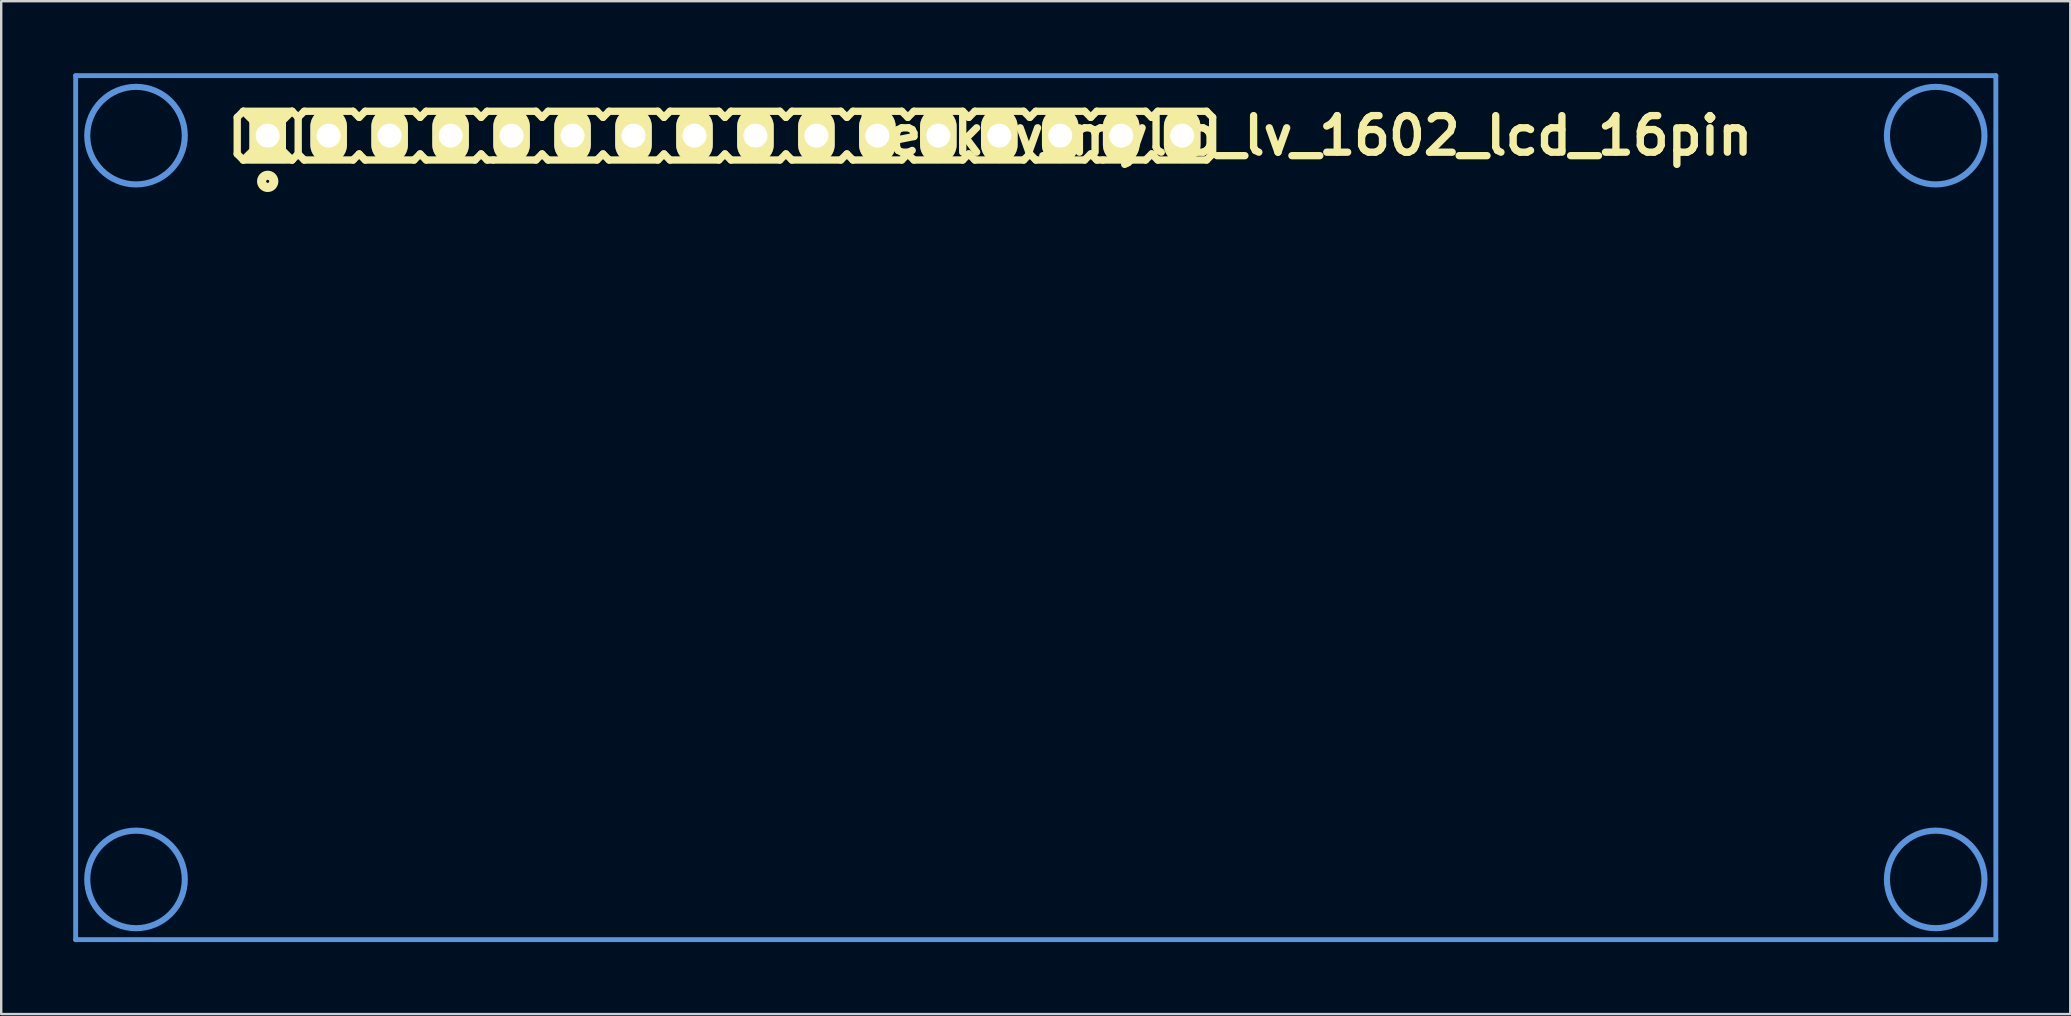
<source format=kicad_pcb>
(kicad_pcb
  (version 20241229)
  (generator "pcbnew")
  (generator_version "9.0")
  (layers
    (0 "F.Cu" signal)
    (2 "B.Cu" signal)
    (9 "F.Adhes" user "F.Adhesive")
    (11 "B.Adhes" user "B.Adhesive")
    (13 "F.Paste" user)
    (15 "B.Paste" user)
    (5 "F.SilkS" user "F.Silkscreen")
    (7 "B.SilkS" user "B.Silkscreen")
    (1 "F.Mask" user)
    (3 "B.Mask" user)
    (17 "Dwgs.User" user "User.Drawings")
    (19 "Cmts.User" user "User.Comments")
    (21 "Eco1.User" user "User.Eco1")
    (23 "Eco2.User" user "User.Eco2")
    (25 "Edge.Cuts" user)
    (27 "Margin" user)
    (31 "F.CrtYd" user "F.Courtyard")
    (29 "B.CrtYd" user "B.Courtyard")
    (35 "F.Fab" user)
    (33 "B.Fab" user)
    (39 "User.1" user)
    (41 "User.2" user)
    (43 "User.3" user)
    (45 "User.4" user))
  (footprint "benkev_mylib_lv_1602_lcd_16pin"
    (layer "F.Cu")
    (at 39.853 17.841)
    (property "Reference" "benkev_mylib_lv_1602_lcd_16pin" (at 11.43 -15.24 0) (layer "F.SilkS") (effects (font (size 1.524 1.524) (thickness 0.305))))
    (attr through_hole)
    (fp_line (start -33.02 -16.002) (end -33.02 -14.478) (stroke (width 0.305) (type solid)) (layer "F.SilkS"))
    (fp_line (start -33.02 -14.478) (end -32.766 -14.224) (stroke (width 0.305) (type solid)) (layer "F.SilkS"))
    (fp_line (start -32.766 -16.256) (end -33.02 -16.002) (stroke (width 0.305) (type solid)) (layer "F.SilkS"))
    (fp_line (start -32.766 -16.256) (end -30.734 -14.224) (stroke (width 0.305) (type solid)) (layer "F.SilkS"))
    (fp_line (start -32.766 -14.224) (end -30.734 -14.224) (stroke (width 0.305) (type solid)) (layer "F.SilkS"))
    (fp_line (start -30.734 -16.256) (end -32.766 -16.256) (stroke (width 0.305) (type solid)) (layer "F.SilkS"))
    (fp_line (start -30.734 -16.256) (end -32.766 -14.224) (stroke (width 0.305) (type solid)) (layer "F.SilkS"))
    (fp_line (start -30.734 -16.256) (end -30.48 -16.002) (stroke (width 0.305) (type solid)) (layer "F.SilkS"))
    (fp_line (start -30.734 -14.224) (end -30.48 -14.478) (stroke (width 0.305) (type solid)) (layer "F.SilkS"))
    (fp_line (start -30.48 -16.002) (end -30.48 -14.478) (stroke (width 0.305) (type solid)) (layer "F.SilkS"))
    (fp_line (start -30.48 -16.002) (end -30.226 -16.256) (stroke (width 0.305) (type solid)) (layer "F.SilkS"))
    (fp_line (start -30.48 -14.478) (end -30.226 -14.224) (stroke (width 0.305) (type solid)) (layer "F.SilkS"))
    (fp_line (start -30.226 -16.256) (end -28.194 -16.256) (stroke (width 0.305) (type solid)) (layer "F.SilkS"))
    (fp_line (start -30.226 -14.224) (end -28.194 -14.224) (stroke (width 0.305) (type solid)) (layer "F.SilkS"))
    (fp_line (start -28.194 -16.256) (end -27.94 -16.002) (stroke (width 0.305) (type solid)) (layer "F.SilkS"))
    (fp_line (start -28.194 -14.224) (end -27.94 -14.478) (stroke (width 0.305) (type solid)) (layer "F.SilkS"))
    (fp_line (start -27.94 -16.002) (end -27.686 -16.256) (stroke (width 0.305) (type solid)) (layer "F.SilkS"))
    (fp_line (start -27.94 -14.478) (end -27.686 -14.224) (stroke (width 0.305) (type solid)) (layer "F.SilkS"))
    (fp_line (start -27.686 -16.256) (end -25.654 -16.256) (stroke (width 0.305) (type solid)) (layer "F.SilkS"))
    (fp_line (start -27.686 -14.224) (end -25.654 -14.224) (stroke (width 0.305) (type solid)) (layer "F.SilkS"))
    (fp_line (start -25.654 -16.256) (end -25.4 -16.002) (stroke (width 0.305) (type solid)) (layer "F.SilkS"))
    (fp_line (start -25.4 -16.002) (end -25.146 -16.256) (stroke (width 0.305) (type solid)) (layer "F.SilkS"))
    (fp_line (start -25.4 -14.478) (end -25.654 -14.224) (stroke (width 0.305) (type solid)) (layer "F.SilkS"))
    (fp_line (start -25.146 -16.256) (end -23.114 -16.256) (stroke (width 0.305) (type solid)) (layer "F.SilkS"))
    (fp_line (start -25.146 -14.224) (end -25.4 -14.478) (stroke (width 0.305) (type solid)) (layer "F.SilkS"))
    (fp_line (start -23.114 -16.256) (end -22.86 -16.002) (stroke (width 0.305) (type solid)) (layer "F.SilkS"))
    (fp_line (start -23.114 -14.224) (end -25.146 -14.224) (stroke (width 0.305) (type solid)) (layer "F.SilkS"))
    (fp_line (start -22.86 -16.002) (end -22.606 -16.256) (stroke (width 0.305) (type solid)) (layer "F.SilkS"))
    (fp_line (start -22.86 -14.478) (end -23.114 -14.224) (stroke (width 0.305) (type solid)) (layer "F.SilkS"))
    (fp_line (start -22.606 -16.256) (end -20.574 -16.256) (stroke (width 0.305) (type solid)) (layer "F.SilkS"))
    (fp_line (start -22.606 -14.224) (end -22.86 -14.478) (stroke (width 0.305) (type solid)) (layer "F.SilkS"))
    (fp_line (start -22.352 -14.224) (end -22.606 -14.224) (stroke (width 0.305) (type solid)) (layer "F.SilkS"))
    (fp_line (start -20.574 -16.256) (end -20.32 -16.002) (stroke (width 0.305) (type solid)) (layer "F.SilkS"))
    (fp_line (start -20.574 -14.224) (end -22.352 -14.224) (stroke (width 0.305) (type solid)) (layer "F.SilkS"))
    (fp_line (start -20.32 -16.002) (end -20.066 -16.256) (stroke (width 0.305) (type solid)) (layer "F.SilkS"))
    (fp_line (start -20.32 -14.478) (end -20.574 -14.224) (stroke (width 0.305) (type solid)) (layer "F.SilkS"))
    (fp_line (start -20.066 -14.224) (end -20.32 -14.478) (stroke (width 0.305) (type solid)) (layer "F.SilkS"))
    (fp_line (start -20.066 -14.224) (end -18.034 -14.224) (stroke (width 0.305) (type solid)) (layer "F.SilkS"))
    (fp_line (start -18.034 -16.256) (end -20.066 -16.256) (stroke (width 0.305) (type solid)) (layer "F.SilkS"))
    (fp_line (start -18.034 -16.256) (end -17.78 -16.002) (stroke (width 0.305) (type solid)) (layer "F.SilkS"))
    (fp_line (start -17.78 -16.002) (end -17.526 -16.256) (stroke (width 0.305) (type solid)) (layer "F.SilkS"))
    (fp_line (start -17.78 -14.478) (end -18.034 -14.224) (stroke (width 0.305) (type solid)) (layer "F.SilkS"))
    (fp_line (start -17.78 -14.478) (end -17.526 -14.224) (stroke (width 0.305) (type solid)) (layer "F.SilkS"))
    (fp_line (start -17.526 -16.256) (end -15.494 -16.256) (stroke (width 0.305) (type solid)) (layer "F.SilkS"))
    (fp_line (start -17.526 -14.224) (end -15.494 -14.224) (stroke (width 0.305) (type solid)) (layer "F.SilkS"))
    (fp_line (start -15.494 -16.256) (end -15.24 -16.002) (stroke (width 0.305) (type solid)) (layer "F.SilkS"))
    (fp_line (start -15.494 -14.224) (end -15.24 -14.478) (stroke (width 0.305) (type solid)) (layer "F.SilkS"))
    (fp_line (start -15.24 -16.002) (end -14.986 -16.256) (stroke (width 0.305) (type solid)) (layer "F.SilkS"))
    (fp_line (start -15.24 -14.478) (end -14.986 -14.224) (stroke (width 0.305) (type solid)) (layer "F.SilkS"))
    (fp_line (start -14.986 -16.256) (end -12.954 -16.256) (stroke (width 0.305) (type solid)) (layer "F.SilkS"))
    (fp_line (start -14.986 -14.224) (end -12.954 -14.224) (stroke (width 0.305) (type solid)) (layer "F.SilkS"))
    (fp_line (start -12.954 -16.256) (end -12.7 -16.002) (stroke (width 0.305) (type solid)) (layer "F.SilkS"))
    (fp_line (start -12.954 -14.224) (end -12.7 -14.478) (stroke (width 0.305) (type solid)) (layer "F.SilkS"))
    (fp_line (start -12.7 -16.002) (end -12.446 -16.256) (stroke (width 0.305) (type solid)) (layer "F.SilkS"))
    (fp_line (start -12.7 -14.478) (end -12.446 -14.224) (stroke (width 0.305) (type solid)) (layer "F.SilkS"))
    (fp_line (start -12.446 -16.256) (end -10.414 -16.256) (stroke (width 0.305) (type solid)) (layer "F.SilkS"))
    (fp_line (start -12.446 -14.224) (end -10.414 -14.224) (stroke (width 0.305) (type solid)) (layer "F.SilkS"))
    (fp_line (start -10.414 -16.256) (end -10.16 -16.002) (stroke (width 0.305) (type solid)) (layer "F.SilkS"))
    (fp_line (start -10.414 -14.224) (end -10.16 -14.478) (stroke (width 0.305) (type solid)) (layer "F.SilkS"))
    (fp_line (start -10.16 -16.002) (end -9.906 -16.256) (stroke (width 0.305) (type solid)) (layer "F.SilkS"))
    (fp_line (start -10.16 -14.478) (end -9.906 -14.224) (stroke (width 0.305) (type solid)) (layer "F.SilkS"))
    (fp_line (start -9.906 -16.256) (end -7.874 -16.256) (stroke (width 0.305) (type solid)) (layer "F.SilkS"))
    (fp_line (start -9.906 -14.224) (end -7.874 -14.224) (stroke (width 0.305) (type solid)) (layer "F.SilkS"))
    (fp_line (start -7.874 -16.256) (end -7.62 -16.002) (stroke (width 0.305) (type solid)) (layer "F.SilkS"))
    (fp_line (start -7.874 -14.224) (end -7.62 -14.478) (stroke (width 0.305) (type solid)) (layer "F.SilkS"))
    (fp_line (start -7.62 -14.478) (end -7.366 -14.224) (stroke (width 0.305) (type solid)) (layer "F.SilkS"))
    (fp_line (start -7.366 -16.256) (end -7.62 -16.002) (stroke (width 0.305) (type solid)) (layer "F.SilkS"))
    (fp_line (start -7.366 -14.224) (end -5.334 -14.224) (stroke (width 0.305) (type solid)) (layer "F.SilkS"))
    (fp_line (start -5.334 -16.256) (end -7.366 -16.256) (stroke (width 0.305) (type solid)) (layer "F.SilkS"))
    (fp_line (start -5.334 -16.256) (end -5.08 -16.002) (stroke (width 0.305) (type solid)) (layer "F.SilkS"))
    (fp_line (start -5.334 -14.224) (end -5.08 -14.478) (stroke (width 0.305) (type solid)) (layer "F.SilkS"))
    (fp_line (start -5.08 -16.002) (end -4.826 -16.256) (stroke (width 0.305) (type solid)) (layer "F.SilkS"))
    (fp_line (start -5.08 -14.478) (end -4.826 -14.224) (stroke (width 0.305) (type solid)) (layer "F.SilkS"))
    (fp_line (start -4.826 -16.256) (end -2.794 -16.256) (stroke (width 0.305) (type solid)) (layer "F.SilkS"))
    (fp_line (start -4.826 -14.224) (end -2.794 -14.224) (stroke (width 0.305) (type solid)) (layer "F.SilkS"))
    (fp_line (start -2.794 -16.256) (end -2.54 -16.002) (stroke (width 0.305) (type solid)) (layer "F.SilkS"))
    (fp_line (start -2.794 -14.224) (end -2.54 -14.478) (stroke (width 0.305) (type solid)) (layer "F.SilkS"))
    (fp_line (start -2.54 -16.002) (end -2.286 -16.256) (stroke (width 0.305) (type solid)) (layer "F.SilkS"))
    (fp_line (start -2.54 -14.478) (end -2.286 -14.224) (stroke (width 0.305) (type solid)) (layer "F.SilkS"))
    (fp_line (start -2.286 -16.256) (end -0.254 -16.256) (stroke (width 0.305) (type solid)) (layer "F.SilkS"))
    (fp_line (start -2.286 -14.224) (end -0.254 -14.224) (stroke (width 0.305) (type solid)) (layer "F.SilkS"))
    (fp_line (start -0.254 -16.256) (end 0 -16.002) (stroke (width 0.305) (type solid)) (layer "F.SilkS"))
    (fp_line (start 0 -16.002) (end 0.254 -16.256) (stroke (width 0.305) (type solid)) (layer "F.SilkS"))
    (fp_line (start 0 -14.478) (end -0.254 -14.224) (stroke (width 0.305) (type solid)) (layer "F.SilkS"))
    (fp_line (start 0.254 -16.256) (end 2.286 -16.256) (stroke (width 0.305) (type solid)) (layer "F.SilkS"))
    (fp_line (start 0.254 -14.224) (end 0 -14.478) (stroke (width 0.305) (type solid)) (layer "F.SilkS"))
    (fp_line (start 2.286 -16.256) (end 2.54 -16.002) (stroke (width 0.305) (type solid)) (layer "F.SilkS"))
    (fp_line (start 2.286 -14.224) (end 0.254 -14.224) (stroke (width 0.305) (type solid)) (layer "F.SilkS"))
    (fp_line (start 2.54 -16.002) (end 2.794 -16.256) (stroke (width 0.305) (type solid)) (layer "F.SilkS"))
    (fp_line (start 2.54 -14.478) (end 2.286 -14.224) (stroke (width 0.305) (type solid)) (layer "F.SilkS"))
    (fp_line (start 2.794 -16.256) (end 4.826 -16.256) (stroke (width 0.305) (type solid)) (layer "F.SilkS"))
    (fp_line (start 2.794 -14.224) (end 2.54 -14.478) (stroke (width 0.305) (type solid)) (layer "F.SilkS"))
    (fp_line (start 3.048 -14.224) (end 2.794 -14.224) (stroke (width 0.305) (type solid)) (layer "F.SilkS"))
    (fp_line (start 4.826 -16.256) (end 5.08 -16.002) (stroke (width 0.305) (type solid)) (layer "F.SilkS"))
    (fp_line (start 4.826 -14.224) (end 3.048 -14.224) (stroke (width 0.305) (type solid)) (layer "F.SilkS"))
    (fp_line (start 5.08 -16.002) (end 5.334 -16.256) (stroke (width 0.305) (type solid)) (layer "F.SilkS"))
    (fp_line (start 5.08 -14.478) (end 4.826 -14.224) (stroke (width 0.305) (type solid)) (layer "F.SilkS"))
    (fp_line (start 5.334 -16.256) (end 7.366 -16.256) (stroke (width 0.305) (type solid)) (layer "F.SilkS"))
    (fp_line (start 5.334 -14.224) (end 5.08 -14.478) (stroke (width 0.305) (type solid)) (layer "F.SilkS"))
    (fp_line (start 7.366 -16.256) (end 7.62 -16.002) (stroke (width 0.305) (type solid)) (layer "F.SilkS"))
    (fp_line (start 7.366 -14.224) (end 5.334 -14.224) (stroke (width 0.305) (type solid)) (layer "F.SilkS"))
    (fp_line (start 7.62 -16.002) (end 7.62 -14.478) (stroke (width 0.305) (type solid)) (layer "F.SilkS"))
    (fp_line (start 7.62 -14.478) (end 7.366 -14.224) (stroke (width 0.305) (type solid)) (layer "F.SilkS"))
    (fp_circle (center -31.75 -13.335) (end -32.004 -13.335) (stroke (width 0.381) (type solid)) (fill no) (layer "F.SilkS"))
    (fp_line (start -39.751 -17.739) (end 40.249 -17.739) (stroke (width 0.203) (type solid)) (layer "Cmts.User"))
    (fp_line (start -39.751 18.258) (end -39.751 -17.739) (stroke (width 0.203) (type solid)) (layer "Cmts.User"))
    (fp_line (start 40.249 -17.739) (end 40.249 18.258) (stroke (width 0.203) (type solid)) (layer "Cmts.User"))
    (fp_line (start 40.249 18.258) (end -39.751 18.258) (stroke (width 0.203) (type solid)) (layer "Cmts.User"))
    (fp_circle (center -37.236 -15.24) (end -35.204 -15.24) (stroke (width 0.254) (type solid)) (fill no) (layer "Cmts.User"))
    (fp_circle (center -37.236 15.748) (end -35.204 15.748) (stroke (width 0.254) (type solid)) (fill no) (layer "Cmts.User"))
    (fp_circle (center 37.744 -15.24) (end 39.776 -15.24) (stroke (width 0.254) (type solid)) (fill no) (layer "Cmts.User"))
    (fp_circle (center 37.744 15.748) (end 39.776 15.748) (stroke (width 0.254) (type solid)) (fill no) (layer "Cmts.User"))
    (pad "1" thru_hole rect (at -31.75 -15.24) (size 1.524 2.286) (drill 1.001) (layers "*.Cu" "*.Mask" "F.SilkS"))
    (pad "2" thru_hole oval (at -29.21 -15.24) (size 1.524 2.286) (drill 1.001) (layers "*.Cu" "*.Mask" "F.SilkS"))
    (pad "3" thru_hole oval (at -26.67 -15.24) (size 1.524 2.286) (drill 1.001) (layers "*.Cu" "*.Mask" "F.SilkS"))
    (pad "4" thru_hole oval (at -24.13 -15.24) (size 1.524 2.286) (drill 1.001) (layers "*.Cu" "*.Mask" "F.SilkS"))
    (pad "5" thru_hole oval (at -21.59 -15.24) (size 1.524 2.286) (drill 1.001) (layers "*.Cu" "*.Mask" "F.SilkS"))
    (pad "6" thru_hole oval (at -19.05 -15.24) (size 1.524 2.286) (drill 1.001) (layers "*.Cu" "*.Mask" "F.SilkS"))
    (pad "7" thru_hole oval (at -16.51 -15.24) (size 1.524 2.286) (drill 1.001) (layers "*.Cu" "*.Mask" "F.SilkS"))
    (pad "8" thru_hole oval (at -13.97 -15.24) (size 1.524 2.286) (drill 1.001) (layers "*.Cu" "*.Mask" "F.SilkS"))
    (pad "9" thru_hole oval (at -11.43 -15.24) (size 1.524 2.286) (drill 1.001) (layers "*.Cu" "*.Mask" "F.SilkS"))
    (pad "10" thru_hole oval (at -8.89 -15.24) (size 1.524 2.286) (drill 1.001) (layers "*.Cu" "*.Mask" "F.SilkS"))
    (pad "11" thru_hole oval (at -6.35 -15.24) (size 1.524 2.286) (drill 1.001) (layers "*.Cu" "*.Mask" "F.SilkS"))
    (pad "12" thru_hole oval (at -3.81 -15.24) (size 1.524 2.286) (drill 1.001) (layers "*.Cu" "*.Mask" "F.SilkS"))
    (pad "13" thru_hole oval (at -1.27 -15.24) (size 1.524 2.286) (drill 1.001) (layers "*.Cu" "*.Mask" "F.SilkS"))
    (pad "14" thru_hole oval (at 1.27 -15.24) (size 1.524 2.286) (drill 1.001) (layers "*.Cu" "*.Mask" "F.SilkS"))
    (pad "15" thru_hole oval (at 3.81 -15.24) (size 1.524 2.286) (drill 1.001) (layers "*.Cu" "*.Mask" "F.SilkS"))
    (pad "16" thru_hole oval (at 6.35 -15.24) (size 1.524 2.286) (drill 1.001) (layers "*.Cu" "*.Mask" "F.SilkS")))
  (gr_rect
    (start -3 -3)
    (end 83.203 39.2)
    (stroke (width 0.1) (type default))
    (fill no)
    (layer "Edge.Cuts")))
</source>
